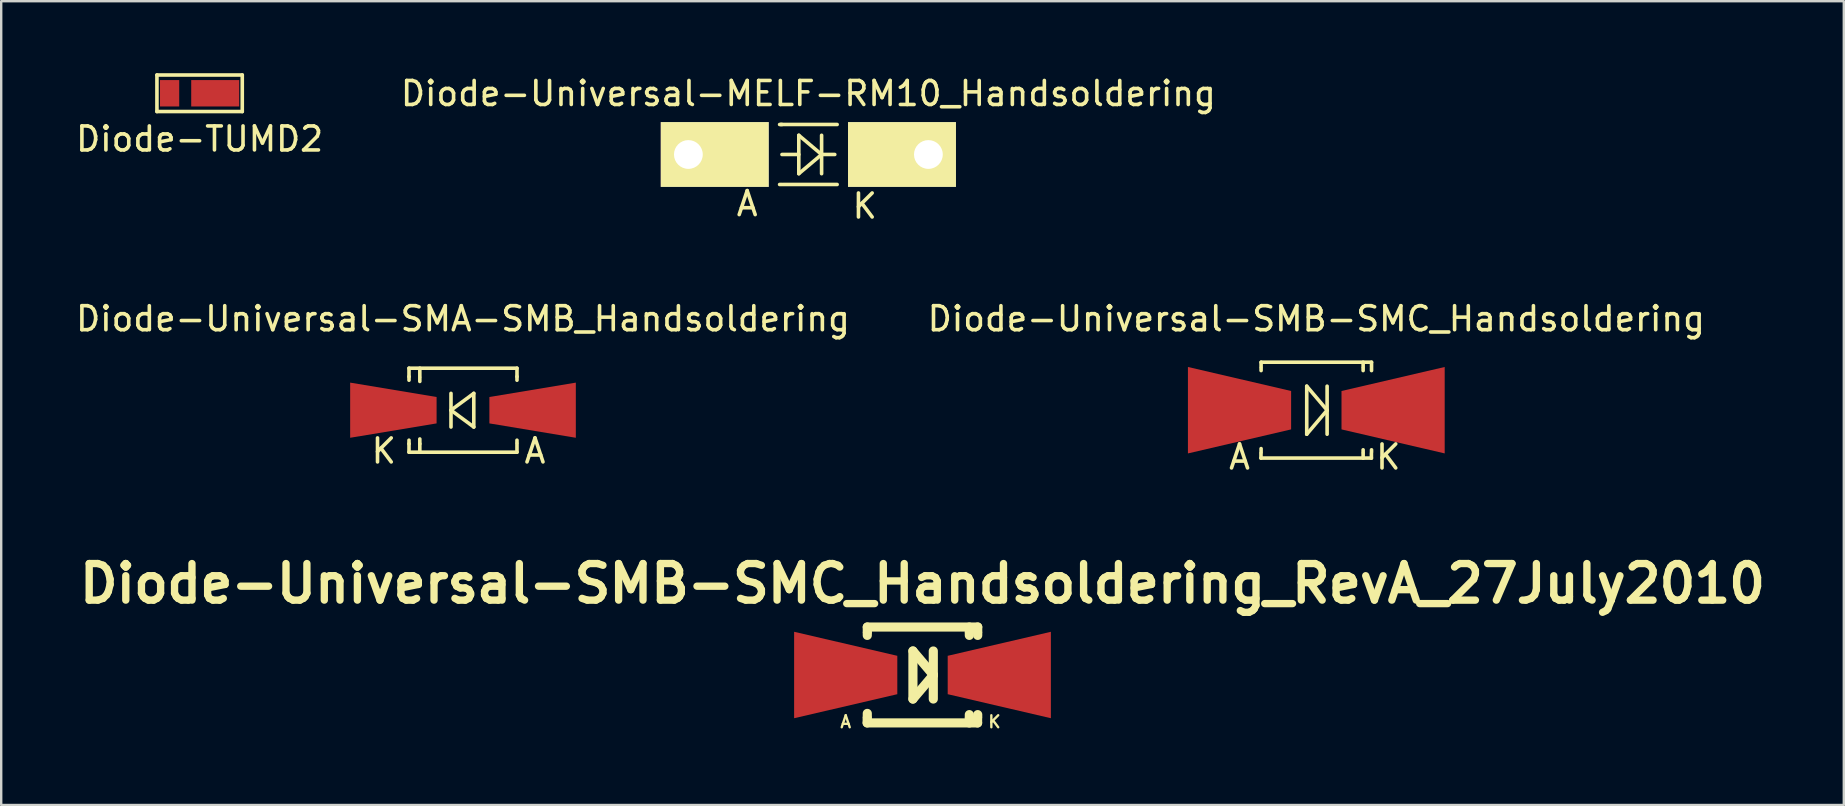
<source format=kicad_pcb>
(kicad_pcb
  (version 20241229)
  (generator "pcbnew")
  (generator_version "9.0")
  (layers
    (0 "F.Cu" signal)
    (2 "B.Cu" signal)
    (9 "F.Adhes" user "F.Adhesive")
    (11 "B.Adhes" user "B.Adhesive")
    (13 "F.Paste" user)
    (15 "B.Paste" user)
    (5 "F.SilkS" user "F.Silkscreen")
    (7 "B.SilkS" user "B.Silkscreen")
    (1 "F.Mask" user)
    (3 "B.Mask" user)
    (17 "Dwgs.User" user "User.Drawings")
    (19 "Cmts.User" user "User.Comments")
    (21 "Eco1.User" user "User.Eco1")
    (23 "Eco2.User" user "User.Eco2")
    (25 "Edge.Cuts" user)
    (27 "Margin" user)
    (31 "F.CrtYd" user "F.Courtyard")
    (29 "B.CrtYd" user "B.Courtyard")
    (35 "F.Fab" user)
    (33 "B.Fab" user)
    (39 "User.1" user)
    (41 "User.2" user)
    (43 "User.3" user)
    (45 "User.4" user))
  (footprint "Diode-TUMD2"
    (layer "F.Cu")
    (at 5.268 0.837)
    (property "Reference" "Diode-TUMD2" (at 0 1.905 0) (layer "F.SilkS") (effects (font (size 1 1) (thickness 0.15))))
    (attr through_hole)
    (fp_line (start -1.778 -0.762) (end -1.778 0.762) (stroke (width 0.15) (type solid)) (layer "F.SilkS"))
    (fp_line (start -1.778 0.762) (end 1.778 0.762) (stroke (width 0.15) (type solid)) (layer "F.SilkS"))
    (fp_line (start 1.778 -0.762) (end -1.778 -0.762) (stroke (width 0.15) (type solid)) (layer "F.SilkS"))
    (fp_line (start 1.778 0.762) (end 1.778 -0.762) (stroke (width 0.15) (type solid)) (layer "F.SilkS"))
    (pad "1" smd rect (at -1.25 0) (size 0.8 1.1) (layers "F.Cu" "F.Mask" "F.Paste"))
    (pad "2" smd rect (at 0.65 0) (size 2 1.1) (layers "F.Cu" "F.Mask" "F.Paste")))
  (footprint "Diode-Universal-SMB-SMC_Handsoldering_RevA_27July2010"
    (layer "F.Cu")
    (at 35.393 25.079)
    (property "Reference" "Diode-Universal-SMB-SMC_Handsoldering_RevA_27July2010" (at 0 -3.81 0) (layer "F.SilkS") (effects (font (size 1.524 1.524) (thickness 0.305))))
    (attr smd)
    (fp_line (start -2.306 1.996) (end -2.306 1.798) (stroke (width 0.381) (type solid)) (layer "F.SilkS"))
    (fp_line (start -2.306 1.996) (end 2.296 1.996) (stroke (width 0.381) (type solid)) (layer "F.SilkS"))
    (fp_line (start -2.301 -1.999) (end -2.301 -1.801) (stroke (width 0.381) (type solid)) (layer "F.SilkS"))
    (fp_line (start -2.301 -1.999) (end 2.301 -1.999) (stroke (width 0.381) (type solid)) (layer "F.SilkS"))
    (fp_line (start -2.301 -1.75) (end -2.301 -1.651) (stroke (width 0.381) (type solid)) (layer "F.SilkS"))
    (fp_line (start -2.301 1.75) (end -2.301 1.6) (stroke (width 0.381) (type solid)) (layer "F.SilkS"))
    (fp_line (start -0.399 -1.001) (end -0.399 1.001) (stroke (width 0.381) (type solid)) (layer "F.SilkS"))
    (fp_line (start -0.399 1.001) (end 0.45 0) (stroke (width 0.381) (type solid)) (layer "F.SilkS"))
    (fp_line (start 0.45 0) (end -0.399 -1.001) (stroke (width 0.381) (type solid)) (layer "F.SilkS"))
    (fp_line (start 0.45 0) (end 0.45 -1.001) (stroke (width 0.381) (type solid)) (layer "F.SilkS"))
    (fp_line (start 0.45 0) (end 0.45 1.001) (stroke (width 0.381) (type solid)) (layer "F.SilkS"))
    (fp_line (start 1.951 -1.999) (end 1.951 -1.801) (stroke (width 0.381) (type solid)) (layer "F.SilkS"))
    (fp_line (start 1.951 -1.75) (end 1.951 -1.651) (stroke (width 0.381) (type solid)) (layer "F.SilkS"))
    (fp_line (start 1.951 1.75) (end 1.951 1.651) (stroke (width 0.381) (type solid)) (layer "F.SilkS"))
    (fp_line (start 1.951 1.999) (end 1.951 1.801) (stroke (width 0.381) (type solid)) (layer "F.SilkS"))
    (fp_line (start 2.296 1.996) (end 2.296 1.798) (stroke (width 0.381) (type solid)) (layer "F.SilkS"))
    (fp_line (start 2.301 -1.999) (end 2.301 -1.801) (stroke (width 0.381) (type solid)) (layer "F.SilkS"))
    (fp_line (start 2.301 -1.75) (end 2.301 -1.651) (stroke (width 0.381) (type solid)) (layer "F.SilkS"))
    (fp_line (start 2.301 1.75) (end 2.301 1.651) (stroke (width 0.381) (type solid)) (layer "F.SilkS"))
    (fp_text user "K" (at 3 1.951 0) (layer "F.SilkS") (effects (font (size 0.5 0.5) (thickness 0.099))))
    (fp_text user "A" (at -3.2 1.951 0) (layer "F.SilkS") (effects (font (size 0.5 0.5) (thickness 0.099))))
    (pad "1" smd trapezoid (at -3.2 0) (size 4.3 2.601) (rect_delta 1.001 0) (layers "F.Cu" "F.Mask" "F.Paste"))
    (pad "2" smd trapezoid (at 3.2 0 180) (size 4.3 2.601) (rect_delta 1.001 0) (layers "F.Cu" "F.Mask" "F.Paste")))
  (footprint "Diode-Universal-MELF-RM10_Handsoldering"
    (layer "F.Cu")
    (at 30.637 3.388)
    (property "Reference" "Diode-Universal-MELF-RM10_Handsoldering" (at 0 -2.54 0) (layer "F.SilkS") (effects (font (size 1 1) (thickness 0.15))))
    (attr smd)
    (fp_line (start -1.1 -1.25) (end -1.199 -1.25) (stroke (width 0.15) (type solid)) (layer "F.SilkS"))
    (fp_line (start -1.1 1.25) (end -1.199 1.25) (stroke (width 0.15) (type solid)) (layer "F.SilkS"))
    (fp_line (start -0.399 -0.8) (end -0.399 0.8) (stroke (width 0.15) (type solid)) (layer "F.SilkS"))
    (fp_line (start -0.399 0) (end -1.1 0) (stroke (width 0.15) (type solid)) (layer "F.SilkS"))
    (fp_line (start -0.399 0.8) (end 0.551 0) (stroke (width 0.15) (type solid)) (layer "F.SilkS"))
    (fp_line (start 0.551 0) (end -0.399 -0.8) (stroke (width 0.15) (type solid)) (layer "F.SilkS"))
    (fp_line (start 0.551 0) (end 0.551 -0.8) (stroke (width 0.15) (type solid)) (layer "F.SilkS"))
    (fp_line (start 0.551 0) (end 0.551 0.8) (stroke (width 0.15) (type solid)) (layer "F.SilkS"))
    (fp_line (start 0.551 0) (end 1.1 0) (stroke (width 0.15) (type solid)) (layer "F.SilkS"))
    (fp_line (start 1.199 -1.25) (end -1.151 -1.25) (stroke (width 0.15) (type solid)) (layer "F.SilkS"))
    (fp_line (start 1.199 1.25) (end -1.049 1.25) (stroke (width 0.15) (type solid)) (layer "F.SilkS"))
    (fp_text user "A" (at -2.55 2.05 0) (layer "F.SilkS") (effects (font (size 1 1) (thickness 0.15))))
    (fp_text user "K" (at 2.349 2.149 0) (layer "F.SilkS") (effects (font (size 1 1) (thickness 0.15))))
    (pad "1" thru_hole rect (at -5.001 0) (size 4.498 2.7) (drill 1.199 (offset 1.1 0)) (layers "*.Cu" "*.Mask" "F.SilkS"))
    (pad "2" thru_hole rect (at 5.001 0 180) (size 4.498 2.7) (drill 1.199 (offset 1.1 0)) (layers "*.Cu" "*.Mask" "F.SilkS")))
  (footprint "Diode-Universal-SMB-SMC_Handsoldering"
    (layer "F.Cu")
    (at 51.804 14.044)
    (property "Reference" "Diode-Universal-SMB-SMC_Handsoldering" (at 0 -3.81 0) (layer "F.SilkS") (effects (font (size 1 1) (thickness 0.15))))
    (attr smd)
    (fp_line (start -2.306 1.996) (end -2.306 1.798) (stroke (width 0.15) (type solid)) (layer "F.SilkS"))
    (fp_line (start -2.306 1.996) (end 2.296 1.996) (stroke (width 0.15) (type solid)) (layer "F.SilkS"))
    (fp_line (start -2.301 -1.999) (end -2.301 -1.801) (stroke (width 0.15) (type solid)) (layer "F.SilkS"))
    (fp_line (start -2.301 -1.999) (end 2.301 -1.999) (stroke (width 0.15) (type solid)) (layer "F.SilkS"))
    (fp_line (start -2.301 -1.75) (end -2.301 -1.651) (stroke (width 0.15) (type solid)) (layer "F.SilkS"))
    (fp_line (start -2.301 1.75) (end -2.301 1.6) (stroke (width 0.15) (type solid)) (layer "F.SilkS"))
    (fp_line (start -0.399 -1.001) (end -0.399 1.001) (stroke (width 0.15) (type solid)) (layer "F.SilkS"))
    (fp_line (start -0.399 1.001) (end 0.45 0) (stroke (width 0.15) (type solid)) (layer "F.SilkS"))
    (fp_line (start 0.45 0) (end -0.399 -1.001) (stroke (width 0.15) (type solid)) (layer "F.SilkS"))
    (fp_line (start 0.45 0) (end 0.45 -1.001) (stroke (width 0.15) (type solid)) (layer "F.SilkS"))
    (fp_line (start 0.45 0) (end 0.45 1.001) (stroke (width 0.15) (type solid)) (layer "F.SilkS"))
    (fp_line (start 1.951 -1.999) (end 1.951 -1.801) (stroke (width 0.15) (type solid)) (layer "F.SilkS"))
    (fp_line (start 1.951 -1.75) (end 1.951 -1.651) (stroke (width 0.15) (type solid)) (layer "F.SilkS"))
    (fp_line (start 1.951 1.75) (end 1.951 1.651) (stroke (width 0.15) (type solid)) (layer "F.SilkS"))
    (fp_line (start 1.951 1.999) (end 1.951 1.801) (stroke (width 0.15) (type solid)) (layer "F.SilkS"))
    (fp_line (start 2.296 1.996) (end 2.296 1.798) (stroke (width 0.15) (type solid)) (layer "F.SilkS"))
    (fp_line (start 2.301 -1.999) (end 2.301 -1.801) (stroke (width 0.15) (type solid)) (layer "F.SilkS"))
    (fp_line (start 2.301 -1.75) (end 2.301 -1.651) (stroke (width 0.15) (type solid)) (layer "F.SilkS"))
    (fp_line (start 2.301 1.75) (end 2.301 1.651) (stroke (width 0.15) (type solid)) (layer "F.SilkS"))
    (fp_text user "K" (at 3 1.951 0) (layer "F.SilkS") (effects (font (size 1 1) (thickness 0.15))))
    (fp_text user "A" (at -3.2 1.951 0) (layer "F.SilkS") (effects (font (size 1 1) (thickness 0.15))))
    (pad "1" smd trapezoid (at -3.2 0) (size 4.3 2.601) (rect_delta 1.001 0) (layers "F.Cu" "F.Mask" "F.Paste"))
    (pad "2" smd trapezoid (at 3.2 0 180) (size 4.3 2.601) (rect_delta 1.001 0) (layers "F.Cu" "F.Mask" "F.Paste")))
  (footprint "Diode-Universal-SMA-SMB_Handsoldering"
    (layer "F.Cu")
    (at 16.244 14.044)
    (property "Reference" "Diode-Universal-SMA-SMB_Handsoldering" (at 0 -3.81 0) (layer "F.SilkS") (effects (font (size 1 1) (thickness 0.15))))
    (attr smd)
    (fp_line (start -2.25 -1.75) (end -2.25 -1.4) (stroke (width 0.15) (type solid)) (layer "F.SilkS"))
    (fp_line (start -2.25 -1.75) (end 2.25 -1.75) (stroke (width 0.15) (type solid)) (layer "F.SilkS"))
    (fp_line (start -2.25 -1.4) (end -2.25 -1.25) (stroke (width 0.15) (type solid)) (layer "F.SilkS"))
    (fp_line (start -2.25 1.4) (end -2.25 1.25) (stroke (width 0.15) (type solid)) (layer "F.SilkS"))
    (fp_line (start -2.25 1.75) (end -2.25 1.4) (stroke (width 0.15) (type solid)) (layer "F.SilkS"))
    (fp_line (start -2.25 1.75) (end 2.25 1.75) (stroke (width 0.15) (type solid)) (layer "F.SilkS"))
    (fp_line (start -1.799 -1.75) (end -1.799 -1.4) (stroke (width 0.15) (type solid)) (layer "F.SilkS"))
    (fp_line (start -1.799 -1.349) (end -1.799 -1.199) (stroke (width 0.15) (type solid)) (layer "F.SilkS"))
    (fp_line (start -1.799 1.4) (end -1.799 1.199) (stroke (width 0.15) (type solid)) (layer "F.SilkS"))
    (fp_line (start -1.799 1.75) (end -1.799 1.4) (stroke (width 0.15) (type solid)) (layer "F.SilkS"))
    (fp_line (start -0.5 -0.701) (end -0.5 0.701) (stroke (width 0.15) (type solid)) (layer "F.SilkS"))
    (fp_line (start -0.5 0) (end 0.45 -0.701) (stroke (width 0.15) (type solid)) (layer "F.SilkS"))
    (fp_line (start 0.45 -0.701) (end 0.45 0.701) (stroke (width 0.15) (type solid)) (layer "F.SilkS"))
    (fp_line (start 0.45 0.701) (end -0.5 0) (stroke (width 0.15) (type solid)) (layer "F.SilkS"))
    (fp_line (start 2.25 -1.75) (end 2.25 -1.4) (stroke (width 0.15) (type solid)) (layer "F.SilkS"))
    (fp_line (start 2.25 -1.4) (end 2.25 -1.25) (stroke (width 0.15) (type solid)) (layer "F.SilkS"))
    (fp_line (start 2.25 1.349) (end 2.25 1.25) (stroke (width 0.15) (type solid)) (layer "F.SilkS"))
    (fp_line (start 2.25 1.75) (end 2.25 1.4) (stroke (width 0.15) (type solid)) (layer "F.SilkS"))
    (fp_text user "A" (at 3 1.699 0) (layer "F.SilkS") (effects (font (size 1 1) (thickness 0.15))))
    (fp_text user "K" (at -3.3 1.7 0) (layer "F.SilkS") (effects (font (size 1 1) (thickness 0.15))))
    (pad "1" smd trapezoid (at -2.901 0) (size 3.602 1.699) (rect_delta 0.599 0) (layers "F.Cu" "F.Mask" "F.Paste"))
    (pad "2" smd trapezoid (at 2.901 0 180) (size 3.602 1.699) (rect_delta 0.599 0) (layers "F.Cu" "F.Mask" "F.Paste")))
  (gr_rect
    (start -3 -3)
    (end 73.786 30.496)
    (stroke (width 0.1) (type default))
    (fill no)
    (layer "Edge.Cuts")))
</source>
